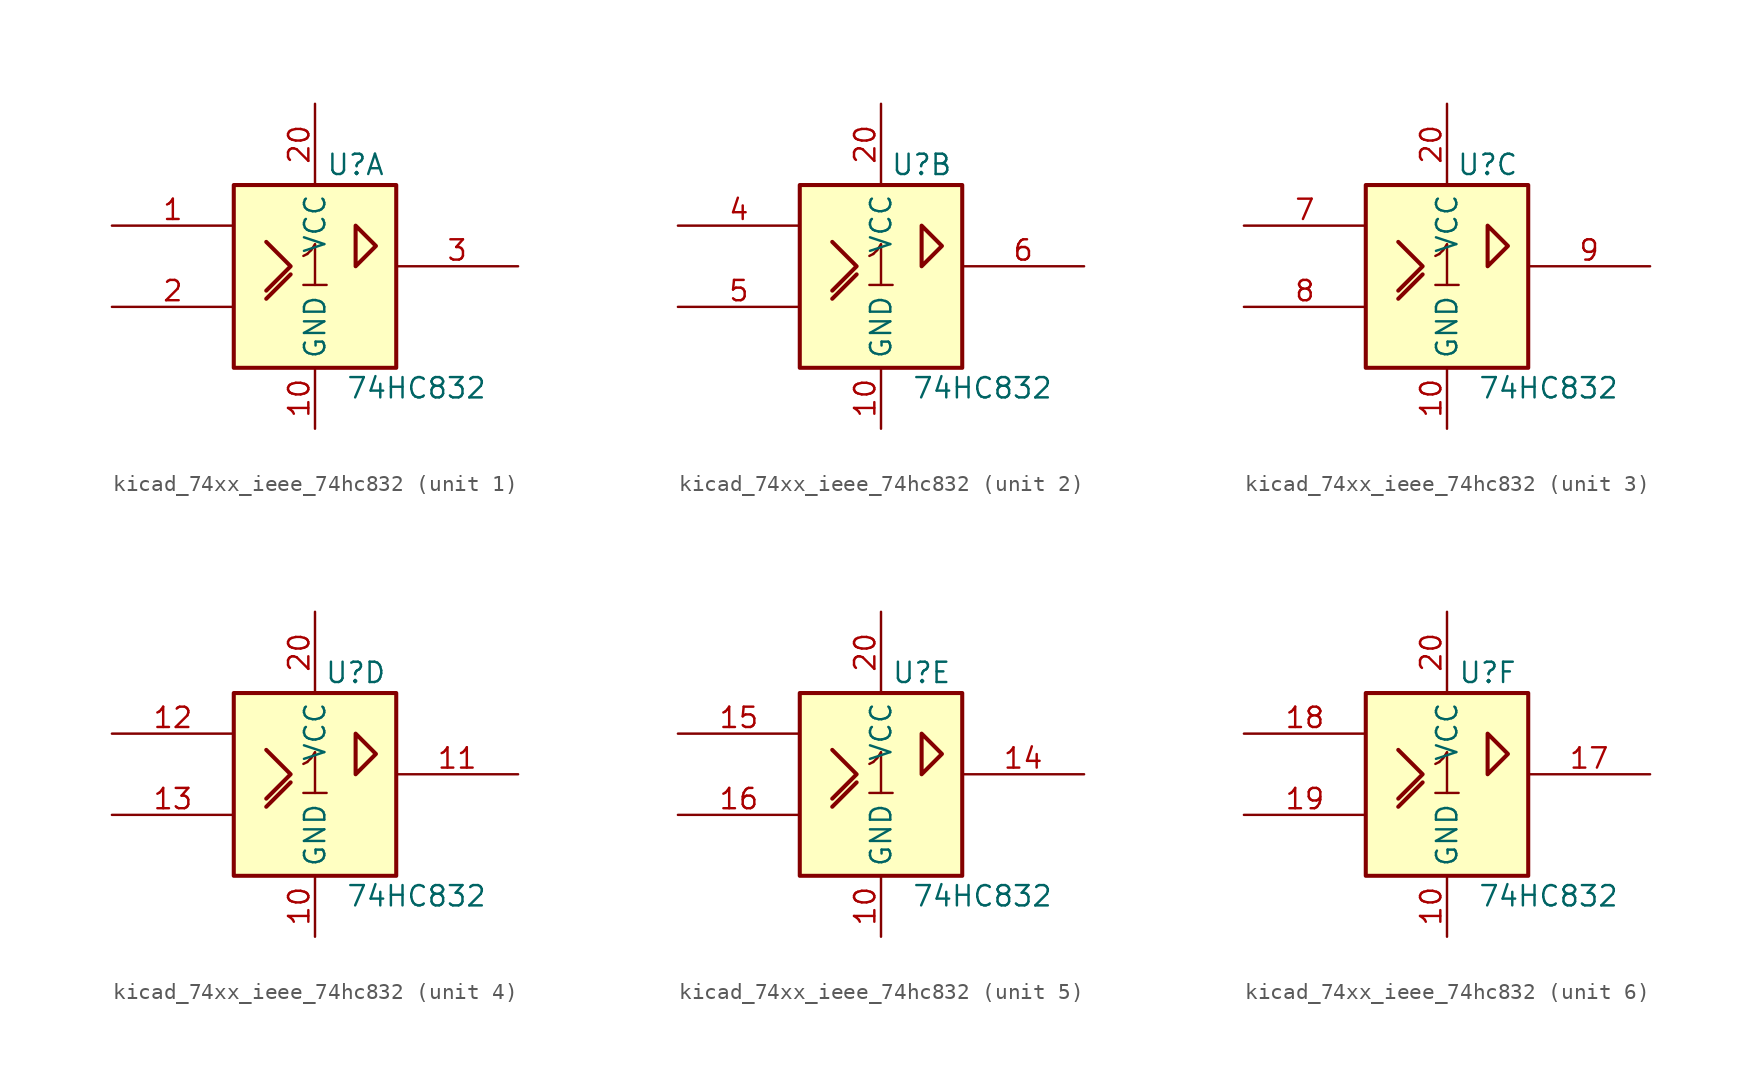
<source format=kicad_sym>
(kicad_symbol_lib
  (version 20220914)
  (generator kicad_symbol_editor)
  (symbol "kicad_74xx_ieee_74hc832"
    (property "Reference" "U"
      (at 2.54 6.35 0)
      (effects (font (size 1.27 1.27))))
    (property "Value" "74HC832"
      (at 6.35 -7.62 0)
      (effects (font (size 1.27 1.27))))
    (symbol "kicad_74xx_ieee_74hc832_0_1"
      (rectangle (start -5.08 5.08) (end 5.08 -6.35) (stroke (width 0.254) (type default)) (fill (type background)))
      (polyline (pts (xy -3.048 -2.032) (xy -1.524 -0.508) (xy -1.524 -0.508)) (stroke (width 0.254) (type default)) (fill (type background)))
      (polyline (pts (xy -3.048 1.524) (xy -1.524 0) (xy -3.048 -1.524) (xy -3.048 -1.524)) (stroke (width 0.254) (type default)) (fill (type background)))
      (polyline (pts (xy 2.54 0) (xy 2.54 2.54) (xy 3.81 1.27) (xy 2.54 0) (xy 2.54 0)) (stroke (width 0.254) (type default)) (fill (type background)))
      (text "1" (at 0 0 0) (effects (font (size 2.54 2.54))))
      (pin power_in line (at 0 -10.16 90) (length 3.81) (name "GND" (effects (font (size 1.27 1.27)))) (number "10" (effects (font (size 1.27 1.27)))))
      (pin power_in line (at 0 10.16 270) (length 5.08) (name "VCC" (effects (font (size 1.27 1.27)))) (number "20" (effects (font (size 1.27 1.27))))))
    (symbol "kicad_74xx_ieee_74hc832_1_1"
      (pin input line (at -12.7 2.54 0) (length 7.62) (name "~" (effects (font (size 1.27 1.27)))) (number "1" (effects (font (size 1.27 1.27)))))
      (pin input line (at -12.7 -2.54 0) (length 7.62) (name "~" (effects (font (size 1.27 1.27)))) (number "2" (effects (font (size 1.27 1.27)))))
      (pin output line (at 12.7 0 180) (length 7.62) (name "~" (effects (font (size 1.27 1.27)))) (number "3" (effects (font (size 1.27 1.27))))))
    (symbol "kicad_74xx_ieee_74hc832_2_1"
      (pin input line (at -12.7 2.54 0) (length 7.62) (name "~" (effects (font (size 1.27 1.27)))) (number "4" (effects (font (size 1.27 1.27)))))
      (pin input line (at -12.7 -2.54 0) (length 7.62) (name "~" (effects (font (size 1.27 1.27)))) (number "5" (effects (font (size 1.27 1.27)))))
      (pin output line (at 12.7 0 180) (length 7.62) (name "~" (effects (font (size 1.27 1.27)))) (number "6" (effects (font (size 1.27 1.27))))))
    (symbol "kicad_74xx_ieee_74hc832_3_1"
      (pin input line (at -12.7 2.54 0) (length 7.62) (name "~" (effects (font (size 1.27 1.27)))) (number "7" (effects (font (size 1.27 1.27)))))
      (pin input line (at -12.7 -2.54 0) (length 7.62) (name "~" (effects (font (size 1.27 1.27)))) (number "8" (effects (font (size 1.27 1.27)))))
      (pin output line (at 12.7 0 180) (length 7.62) (name "~" (effects (font (size 1.27 1.27)))) (number "9" (effects (font (size 1.27 1.27))))))
    (symbol "kicad_74xx_ieee_74hc832_4_1"
      (pin output line (at 12.7 0 180) (length 7.62) (name "~" (effects (font (size 1.27 1.27)))) (number "11" (effects (font (size 1.27 1.27)))))
      (pin input line (at -12.7 2.54 0) (length 7.62) (name "~" (effects (font (size 1.27 1.27)))) (number "12" (effects (font (size 1.27 1.27)))))
      (pin input line (at -12.7 -2.54 0) (length 7.62) (name "~" (effects (font (size 1.27 1.27)))) (number "13" (effects (font (size 1.27 1.27))))))
    (symbol "kicad_74xx_ieee_74hc832_5_1"
      (pin output line (at 12.7 0 180) (length 7.62) (name "~" (effects (font (size 1.27 1.27)))) (number "14" (effects (font (size 1.27 1.27)))))
      (pin input line (at -12.7 2.54 0) (length 7.62) (name "~" (effects (font (size 1.27 1.27)))) (number "15" (effects (font (size 1.27 1.27)))))
      (pin input line (at -12.7 -2.54 0) (length 7.62) (name "~" (effects (font (size 1.27 1.27)))) (number "16" (effects (font (size 1.27 1.27))))))
    (symbol "kicad_74xx_ieee_74hc832_6_1"
      (pin output line (at 12.7 0 180) (length 7.62) (name "~" (effects (font (size 1.27 1.27)))) (number "17" (effects (font (size 1.27 1.27)))))
      (pin input line (at -12.7 2.54 0) (length 7.62) (name "~" (effects (font (size 1.27 1.27)))) (number "18" (effects (font (size 1.27 1.27)))))
      (pin input line (at -12.7 -2.54 0) (length 7.62) (name "~" (effects (font (size 1.27 1.27)))) (number "19" (effects (font (size 1.27 1.27))))))))
</source>
